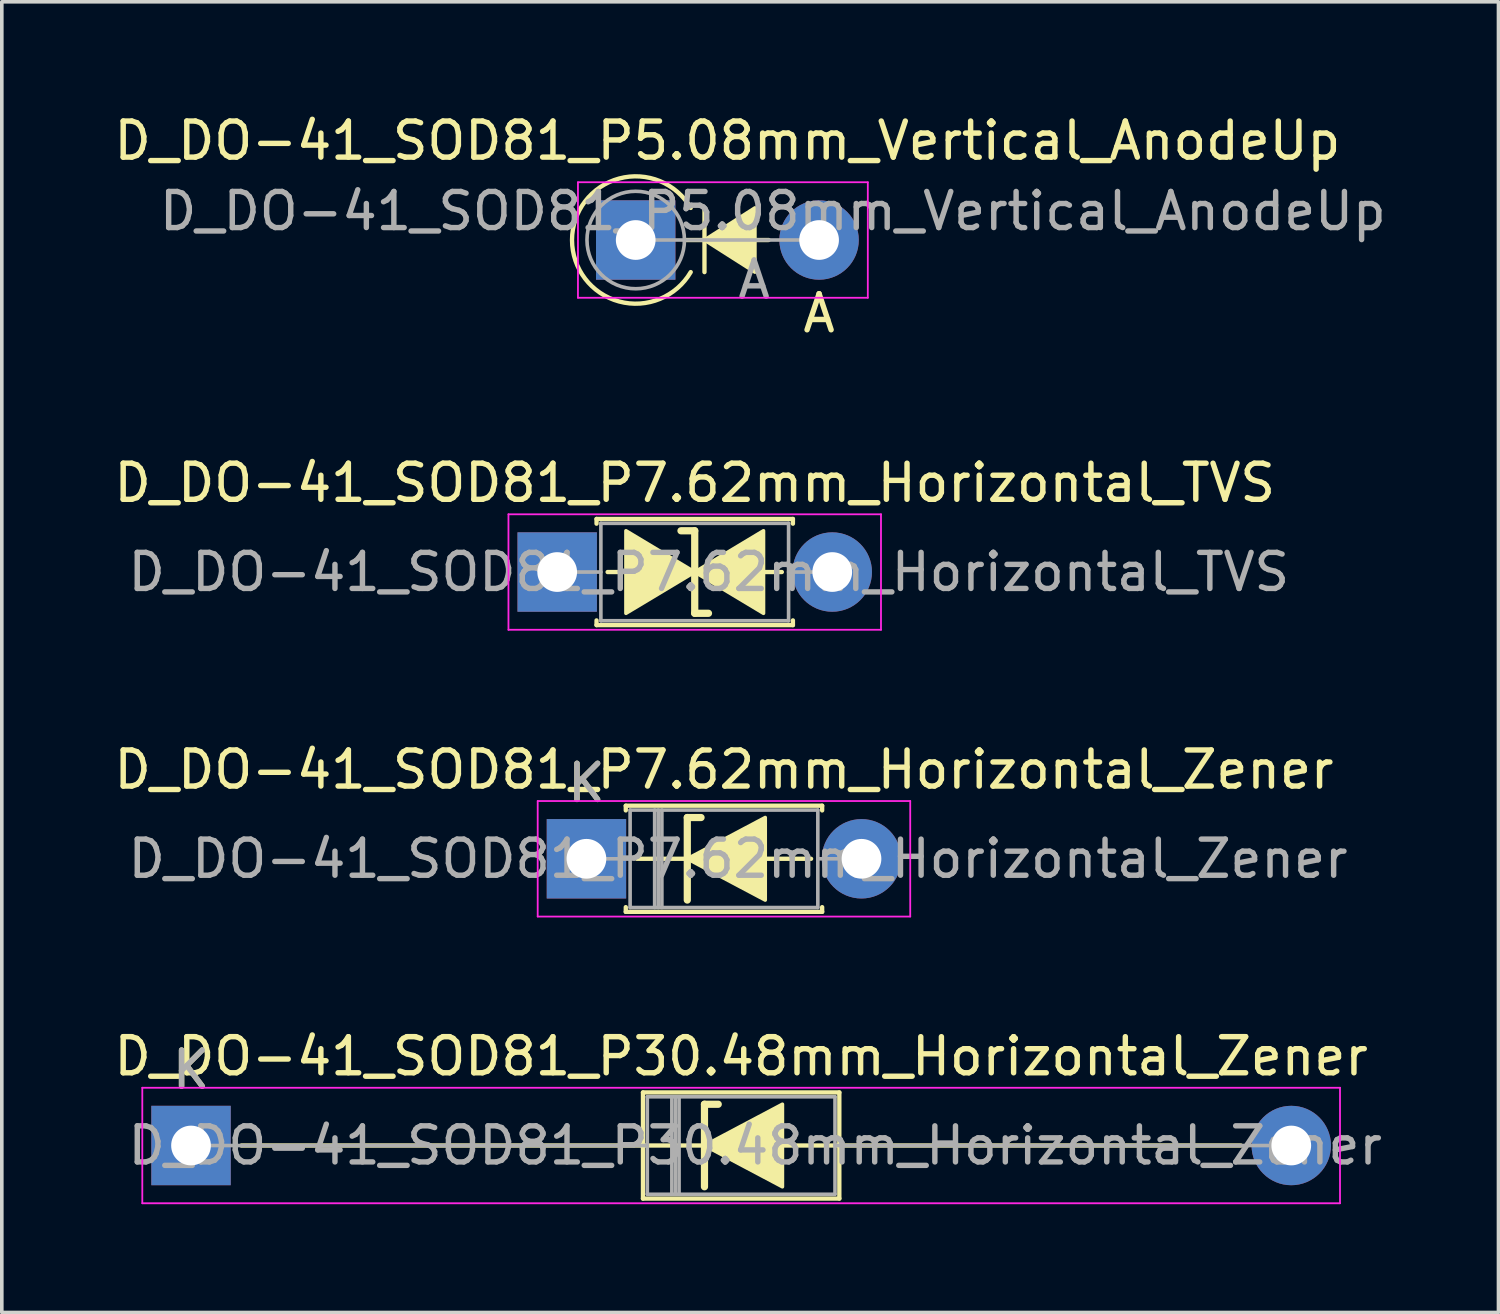
<source format=kicad_pcb>
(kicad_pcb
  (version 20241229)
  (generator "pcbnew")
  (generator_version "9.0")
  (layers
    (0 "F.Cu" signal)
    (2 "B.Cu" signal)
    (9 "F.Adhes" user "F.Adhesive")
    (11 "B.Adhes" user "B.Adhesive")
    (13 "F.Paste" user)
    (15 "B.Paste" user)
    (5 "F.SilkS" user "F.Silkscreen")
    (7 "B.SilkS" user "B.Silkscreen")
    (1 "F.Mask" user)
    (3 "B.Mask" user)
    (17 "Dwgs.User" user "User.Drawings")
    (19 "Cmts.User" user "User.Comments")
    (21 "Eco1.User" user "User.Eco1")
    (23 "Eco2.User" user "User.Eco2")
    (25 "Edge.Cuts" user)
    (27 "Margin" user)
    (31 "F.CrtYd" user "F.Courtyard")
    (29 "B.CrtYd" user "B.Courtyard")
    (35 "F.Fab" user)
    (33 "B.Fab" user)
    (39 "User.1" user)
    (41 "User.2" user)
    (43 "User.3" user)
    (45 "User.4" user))
  (footprint "D_DO-41_SOD81_P5.08mm_Vertical_AnodeUp"
    (layer "F.Cu")
    (at 14.561 3.599)
    (property "Reference" "D_DO-41_SOD81_P5.08mm_Vertical_AnodeUp" (at 2.54 -2.751 0) (layer "F.SilkS") (effects (font (size 1 1) (thickness 0.15))))
    (attr through_hole)
    (fp_line (start 1.905 -0.889) (end 1.905 0.889) (stroke (width 0.12) (type solid)) (layer "F.SilkS"))
    (fp_line (start 3.683 0) (end 1.397 0) (stroke (width 0.12) (type solid)) (layer "F.SilkS"))
    (fp_arc (start 1.523999 0.889) (mid -1.764339 0.000001) (end 1.523999 -0.888999) (stroke (width 0.12) (type solid)) (layer "F.SilkS"))
    (fp_poly (pts (xy 3.302 0.889) (xy 1.905 0) (xy 3.302 -0.889)) (stroke (width 0.1) (type solid)) (fill yes) (layer "F.SilkS"))
    (fp_line (start -1.6 -1.6) (end -1.6 1.6) (stroke (width 0.05) (type solid)) (layer "F.CrtYd"))
    (fp_line (start -1.6 1.6) (end 6.43 1.6) (stroke (width 0.05) (type solid)) (layer "F.CrtYd"))
    (fp_line (start 6.43 -1.6) (end -1.6 -1.6) (stroke (width 0.05) (type solid)) (layer "F.CrtYd"))
    (fp_line (start 6.43 1.6) (end 6.43 -1.6) (stroke (width 0.05) (type solid)) (layer "F.CrtYd"))
    (fp_line (start 0 0) (end 5.08 0) (stroke (width 0.1) (type solid)) (layer "F.Fab"))
    (fp_circle (center 0 0) (end 1.35 0) (stroke (width 0.1) (type solid)) (fill no) (layer "F.Fab"))
    (fp_text user "A" (at 5.08 2.032 0) (layer "F.SilkS") (effects (font (size 1 1) (thickness 0.15))))
    (fp_text user "${REFERENCE}" (at 3.8 -0.8 0) (layer "F.Fab") (effects (font (size 1 1) (thickness 0.15))))
    (fp_text user "A" (at 3.28 1.1 0) (layer "F.Fab") (effects (font (size 1 1) (thickness 0.15))))
    (pad "1" thru_hole rect (at 0 0) (size 2.2 2.2) (drill 1.1) (layers "*.Cu" "*.Mask"))
    (pad "2" thru_hole oval (at 5.08 0) (size 2.2 2.2) (drill 1.1) (layers "*.Cu" "*.Mask")))
  (footprint "D_DO-41_SOD81_P30.48mm_Horizontal_Zener"
    (layer "F.Cu")
    (at 2.242 28.684)
    (property "Reference" "D_DO-41_SOD81_P30.48mm_Horizontal_Zener" (at 15.24 -2.47 0) (layer "F.SilkS") (effects (font (size 1 1) (thickness 0.15))))
    (attr through_hole)
    (fp_line (start 1.397 0) (end 12.52 0) (stroke (width 0.12) (type solid)) (layer "F.SilkS"))
    (fp_line (start 12.52 -1.47) (end 12.52 1.47) (stroke (width 0.12) (type solid)) (layer "F.SilkS"))
    (fp_line (start 12.52 1.47) (end 17.96 1.47) (stroke (width 0.12) (type solid)) (layer "F.SilkS"))
    (fp_line (start 14.224 -1.143) (end 14.224 1.143) (stroke (width 0.2) (type solid)) (layer "F.SilkS"))
    (fp_line (start 14.224 -1.143) (end 14.605 -1.143) (stroke (width 0.2) (type solid)) (layer "F.SilkS"))
    (fp_line (start 14.224 0) (end 12.52 0) (stroke (width 0.12) (type solid)) (layer "F.SilkS"))
    (fp_line (start 16.383 0) (end 17.96 0) (stroke (width 0.12) (type solid)) (layer "F.SilkS"))
    (fp_line (start 17.96 -1.47) (end 12.52 -1.47) (stroke (width 0.12) (type solid)) (layer "F.SilkS"))
    (fp_line (start 17.96 1.47) (end 17.96 -1.47) (stroke (width 0.12) (type solid)) (layer "F.SilkS"))
    (fp_line (start 29.083 0) (end 17.96 0) (stroke (width 0.12) (type solid)) (layer "F.SilkS"))
    (fp_poly (pts (xy 16.383 1.143) (xy 14.224 0) (xy 16.383 -1.143)) (stroke (width 0.1) (type solid)) (fill yes) (layer "F.SilkS"))
    (fp_line (start -1.35 -1.6) (end -1.35 1.6) (stroke (width 0.05) (type solid)) (layer "F.CrtYd"))
    (fp_line (start -1.35 1.6) (end 31.83 1.6) (stroke (width 0.05) (type solid)) (layer "F.CrtYd"))
    (fp_line (start 31.83 -1.6) (end -1.35 -1.6) (stroke (width 0.05) (type solid)) (layer "F.CrtYd"))
    (fp_line (start 31.83 1.6) (end 31.83 -1.6) (stroke (width 0.05) (type solid)) (layer "F.CrtYd"))
    (fp_line (start 0 0) (end 12.64 0) (stroke (width 0.1) (type solid)) (layer "F.Fab"))
    (fp_line (start 12.64 -1.35) (end 12.64 1.35) (stroke (width 0.1) (type solid)) (layer "F.Fab"))
    (fp_line (start 12.64 1.35) (end 17.84 1.35) (stroke (width 0.1) (type solid)) (layer "F.Fab"))
    (fp_line (start 13.32 -1.35) (end 13.32 1.35) (stroke (width 0.1) (type solid)) (layer "F.Fab"))
    (fp_line (start 13.42 -1.35) (end 13.42 1.35) (stroke (width 0.1) (type solid)) (layer "F.Fab"))
    (fp_line (start 13.52 -1.35) (end 13.52 1.35) (stroke (width 0.1) (type solid)) (layer "F.Fab"))
    (fp_line (start 17.84 -1.35) (end 12.64 -1.35) (stroke (width 0.1) (type solid)) (layer "F.Fab"))
    (fp_line (start 17.84 1.35) (end 17.84 -1.35) (stroke (width 0.1) (type solid)) (layer "F.Fab"))
    (fp_line (start 30.48 0) (end 17.84 0) (stroke (width 0.1) (type solid)) (layer "F.Fab"))
    (fp_text user "K" (at 0 -2.1 0) (layer "F.SilkS") (effects (font (size 1 1) (thickness 0.15))))
    (fp_text user "${REFERENCE}" (at 15.63 0 0) (layer "F.Fab") (effects (font (size 1 1) (thickness 0.15))))
    (fp_text user "K" (at 0 -2.1 0) (layer "F.Fab") (effects (font (size 1 1) (thickness 0.15))))
    (pad "1" thru_hole rect (at 0 0) (size 2.2 2.2) (drill 1.1) (layers "*.Cu" "*.Mask"))
    (pad "2" thru_hole oval (at 30.48 0) (size 2.2 2.2) (drill 1.1) (layers "*.Cu" "*.Mask")))
  (footprint "D_DO-41_SOD81_P7.62mm_Horizontal_Zener"
    (layer "F.Cu")
    (at 13.196 20.741)
    (property "Reference" "D_DO-41_SOD81_P7.62mm_Horizontal_Zener" (at 3.81 -2.47 0) (layer "F.SilkS") (effects (font (size 1 1) (thickness 0.15))))
    (attr through_hole)
    (fp_line (start 1.09 -1.47) (end 6.53 -1.47) (stroke (width 0.12) (type solid)) (layer "F.SilkS"))
    (fp_line (start 1.09 -1.34) (end 1.09 -1.47) (stroke (width 0.12) (type solid)) (layer "F.SilkS"))
    (fp_line (start 1.09 1.34) (end 1.09 1.47) (stroke (width 0.12) (type solid)) (layer "F.SilkS"))
    (fp_line (start 1.09 1.47) (end 6.53 1.47) (stroke (width 0.12) (type solid)) (layer "F.SilkS"))
    (fp_line (start 2.794 -1.143) (end 2.794 1.143) (stroke (width 0.2) (type solid)) (layer "F.SilkS"))
    (fp_line (start 2.794 -1.143) (end 3.175 -1.143) (stroke (width 0.2) (type solid)) (layer "F.SilkS"))
    (fp_line (start 2.794 0) (end 1.397 0) (stroke (width 0.12) (type solid)) (layer "F.SilkS"))
    (fp_line (start 4.953 0) (end 6.223 0) (stroke (width 0.12) (type solid)) (layer "F.SilkS"))
    (fp_line (start 6.53 -1.47) (end 6.53 -1.34) (stroke (width 0.12) (type solid)) (layer "F.SilkS"))
    (fp_line (start 6.53 1.47) (end 6.53 1.34) (stroke (width 0.12) (type solid)) (layer "F.SilkS"))
    (fp_poly (pts (xy 4.953 1.143) (xy 2.794 0) (xy 4.953 -1.143)) (stroke (width 0.1) (type solid)) (fill yes) (layer "F.SilkS"))
    (fp_line (start -1.35 -1.6) (end -1.35 1.6) (stroke (width 0.05) (type solid)) (layer "F.CrtYd"))
    (fp_line (start -1.35 1.6) (end 8.97 1.6) (stroke (width 0.05) (type solid)) (layer "F.CrtYd"))
    (fp_line (start 8.97 -1.6) (end -1.35 -1.6) (stroke (width 0.05) (type solid)) (layer "F.CrtYd"))
    (fp_line (start 8.97 1.6) (end 8.97 -1.6) (stroke (width 0.05) (type solid)) (layer "F.CrtYd"))
    (fp_line (start 0 0) (end 1.21 0) (stroke (width 0.1) (type solid)) (layer "F.Fab"))
    (fp_line (start 1.21 -1.35) (end 1.21 1.35) (stroke (width 0.1) (type solid)) (layer "F.Fab"))
    (fp_line (start 1.21 1.35) (end 6.41 1.35) (stroke (width 0.1) (type solid)) (layer "F.Fab"))
    (fp_line (start 1.89 -1.35) (end 1.89 1.35) (stroke (width 0.1) (type solid)) (layer "F.Fab"))
    (fp_line (start 1.99 -1.35) (end 1.99 1.35) (stroke (width 0.1) (type solid)) (layer "F.Fab"))
    (fp_line (start 2.09 -1.35) (end 2.09 1.35) (stroke (width 0.1) (type solid)) (layer "F.Fab"))
    (fp_line (start 6.41 -1.35) (end 1.21 -1.35) (stroke (width 0.1) (type solid)) (layer "F.Fab"))
    (fp_line (start 6.41 1.35) (end 6.41 -1.35) (stroke (width 0.1) (type solid)) (layer "F.Fab"))
    (fp_line (start 7.62 0) (end 6.41 0) (stroke (width 0.1) (type solid)) (layer "F.Fab"))
    (fp_text user "K" (at 0 -2.1 0) (layer "F.SilkS") (effects (font (size 1 1) (thickness 0.15))))
    (fp_text user "${REFERENCE}" (at 4.2 0 0) (layer "F.Fab") (effects (font (size 1 1) (thickness 0.15))))
    (fp_text user "K" (at 0 -2.1 0) (layer "F.Fab") (effects (font (size 1 1) (thickness 0.15))))
    (pad "1" thru_hole rect (at 0 0) (size 2.2 2.2) (drill 1.1) (layers "*.Cu" "*.Mask"))
    (pad "2" thru_hole oval (at 7.62 0) (size 2.2 2.2) (drill 1.1) (layers "*.Cu" "*.Mask")))
  (footprint "D_DO-41_SOD81_P7.62mm_Horizontal_TVS"
    (layer "F.Cu")
    (at 12.386 12.797)
    (property "Reference" "D_DO-41_SOD81_P7.62mm_Horizontal_TVS" (at 3.81 -2.47 0) (layer "F.SilkS") (effects (font (size 1 1) (thickness 0.15))))
    (attr through_hole)
    (fp_line (start 1.09 -1.47) (end 6.53 -1.47) (stroke (width 0.12) (type solid)) (layer "F.SilkS"))
    (fp_line (start 1.09 -1.34) (end 1.09 -1.47) (stroke (width 0.12) (type solid)) (layer "F.SilkS"))
    (fp_line (start 1.09 1.34) (end 1.09 1.47) (stroke (width 0.12) (type solid)) (layer "F.SilkS"))
    (fp_line (start 1.09 1.47) (end 6.53 1.47) (stroke (width 0.12) (type solid)) (layer "F.SilkS"))
    (fp_line (start 1.397 0) (end 1.905 0) (stroke (width 0.12) (type solid)) (layer "F.SilkS"))
    (fp_line (start 3.81 -1.143) (end 3.429 -1.143) (stroke (width 0.2) (type solid)) (layer "F.SilkS"))
    (fp_line (start 3.81 1.143) (end 3.81 -1.143) (stroke (width 0.2) (type solid)) (layer "F.SilkS"))
    (fp_line (start 4.191 1.143) (end 3.81 1.143) (stroke (width 0.2) (type solid)) (layer "F.SilkS"))
    (fp_line (start 5.715 0) (end 6.223 0) (stroke (width 0.12) (type solid)) (layer "F.SilkS"))
    (fp_line (start 6.53 -1.47) (end 6.53 -1.34) (stroke (width 0.12) (type solid)) (layer "F.SilkS"))
    (fp_line (start 6.53 1.47) (end 6.53 1.34) (stroke (width 0.12) (type solid)) (layer "F.SilkS"))
    (fp_poly (pts (xy 3.81 0) (xy 1.905 1.143) (xy 1.905 -1.143)) (stroke (width 0.1) (type solid)) (fill yes) (layer "F.SilkS"))
    (fp_poly (pts (xy 3.81 0) (xy 5.715 -1.143) (xy 5.715 1.143)) (stroke (width 0.1) (type solid)) (fill yes) (layer "F.SilkS"))
    (fp_line (start -1.35 -1.6) (end -1.35 1.6) (stroke (width 0.05) (type solid)) (layer "F.CrtYd"))
    (fp_line (start -1.35 1.6) (end 8.97 1.6) (stroke (width 0.05) (type solid)) (layer "F.CrtYd"))
    (fp_line (start 8.97 -1.6) (end -1.35 -1.6) (stroke (width 0.05) (type solid)) (layer "F.CrtYd"))
    (fp_line (start 8.97 1.6) (end 8.97 -1.6) (stroke (width 0.05) (type solid)) (layer "F.CrtYd"))
    (fp_line (start 0 0) (end 1.21 0) (stroke (width 0.1) (type solid)) (layer "F.Fab"))
    (fp_line (start 1.21 -1.35) (end 1.21 1.35) (stroke (width 0.1) (type solid)) (layer "F.Fab"))
    (fp_line (start 1.21 1.35) (end 6.41 1.35) (stroke (width 0.1) (type solid)) (layer "F.Fab"))
    (fp_line (start 6.41 -1.35) (end 1.21 -1.35) (stroke (width 0.1) (type solid)) (layer "F.Fab"))
    (fp_line (start 6.41 1.35) (end 6.41 -1.35) (stroke (width 0.1) (type solid)) (layer "F.Fab"))
    (fp_line (start 7.62 0) (end 6.41 0) (stroke (width 0.1) (type solid)) (layer "F.Fab"))
    (fp_text user "${REFERENCE}" (at 4.2 0 0) (layer "F.Fab") (effects (font (size 1 1) (thickness 0.15))))
    (pad "1" thru_hole rect (at 0 0) (size 2.2 2.2) (drill 1.1) (layers "*.Cu" "*.Mask"))
    (pad "2" thru_hole oval (at 7.62 0) (size 2.2 2.2) (drill 1.1) (layers "*.Cu" "*.Mask")))
  (gr_rect
    (start -3 -3)
    (end 38.462 33.309)
    (stroke (width 0.1) (type default))
    (fill no)
    (layer "Edge.Cuts")))
</source>
